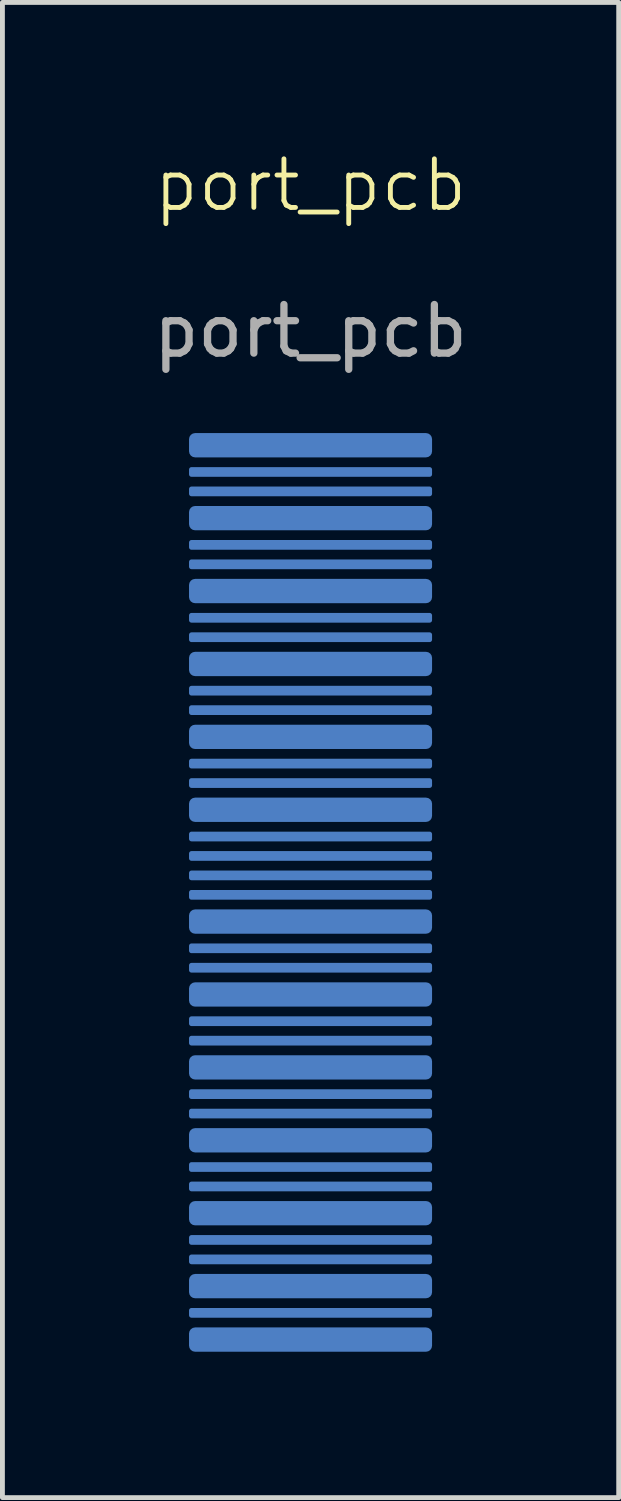
<source format=kicad_pcb>
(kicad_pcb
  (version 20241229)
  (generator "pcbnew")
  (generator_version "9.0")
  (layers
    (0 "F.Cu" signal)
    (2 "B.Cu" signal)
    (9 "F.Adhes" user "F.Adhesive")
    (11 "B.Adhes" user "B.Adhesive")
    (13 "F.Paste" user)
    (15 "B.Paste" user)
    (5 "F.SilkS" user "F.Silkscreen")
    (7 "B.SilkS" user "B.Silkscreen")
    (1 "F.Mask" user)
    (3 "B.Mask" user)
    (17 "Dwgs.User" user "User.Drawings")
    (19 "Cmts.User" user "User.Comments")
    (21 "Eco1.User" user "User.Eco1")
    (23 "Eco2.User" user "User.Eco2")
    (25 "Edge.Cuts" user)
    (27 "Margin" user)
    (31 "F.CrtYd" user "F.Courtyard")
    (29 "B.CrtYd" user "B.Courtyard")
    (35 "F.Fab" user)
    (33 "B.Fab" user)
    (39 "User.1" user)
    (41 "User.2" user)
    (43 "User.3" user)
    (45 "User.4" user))
  (footprint "port_pcb"
    (layer "F.Cu")
    (at 3.339 1.26)
    (property "Reference" "port_pcb" (at 0 -0.5 0) (unlocked yes) (layer "F.SilkS") (effects (font (size 1 1) (thickness 0.1))))
    (attr smd)
    (fp_text user "${REFERENCE}" (at 0 2.5 0) (unlocked yes) (layer "F.Fab") (effects (font (size 1 1) (thickness 0.15))))
    (pad "1" smd roundrect (at 0 4.85) (size 5 0.5) (layers "B.Cu" "B.Mask" "B.Paste") (roundrect_rratio 0.25))
    (pad "2" smd roundrect (at 0 5.4) (size 5 0.2) (layers "B.Cu" "B.Mask" "B.Paste") (roundrect_rratio 0.25))
    (pad "3" smd roundrect (at 0 5.8) (size 5 0.2) (layers "B.Cu" "B.Mask" "B.Paste") (roundrect_rratio 0.25))
    (pad "4" smd roundrect (at 0 6.35) (size 5 0.5) (layers "B.Cu" "B.Mask" "B.Paste") (roundrect_rratio 0.25))
    (pad "5" smd roundrect (at 0 6.9) (size 5 0.2) (layers "B.Cu" "B.Mask" "B.Paste") (roundrect_rratio 0.25))
    (pad "6" smd roundrect (at 0 7.3) (size 5 0.2) (layers "B.Cu" "B.Mask" "B.Paste") (roundrect_rratio 0.25))
    (pad "7" smd roundrect (at 0 7.85) (size 5 0.5) (layers "B.Cu" "B.Mask" "B.Paste") (roundrect_rratio 0.25))
    (pad "8" smd roundrect (at 0 8.4) (size 5 0.2) (layers "B.Cu" "B.Mask" "B.Paste") (roundrect_rratio 0.25))
    (pad "9" smd roundrect (at 0 8.8) (size 5 0.2) (layers "B.Cu" "B.Mask" "B.Paste") (roundrect_rratio 0.25))
    (pad "10" smd roundrect (at 0 9.35) (size 5 0.5) (layers "B.Cu" "B.Mask" "B.Paste") (roundrect_rratio 0.25))
    (pad "11" smd roundrect (at 0 9.9) (size 5 0.2) (layers "B.Cu" "B.Mask" "B.Paste") (roundrect_rratio 0.25))
    (pad "12" smd roundrect (at 0 10.3) (size 5 0.2) (layers "B.Cu" "B.Mask" "B.Paste") (roundrect_rratio 0.25))
    (pad "13" smd roundrect (at 0 10.85) (size 5 0.5) (layers "B.Cu" "B.Mask" "B.Paste") (roundrect_rratio 0.25))
    (pad "14" smd roundrect (at 0 11.4) (size 5 0.2) (layers "B.Cu" "B.Mask" "B.Paste") (roundrect_rratio 0.25))
    (pad "15" smd roundrect (at 0 11.8) (size 5 0.2) (layers "B.Cu" "B.Mask" "B.Paste") (roundrect_rratio 0.25))
    (pad "16" smd roundrect (at 0 12.35) (size 5 0.5) (layers "B.Cu" "B.Mask" "B.Paste") (roundrect_rratio 0.25))
    (pad "17" smd roundrect (at 0 12.9) (size 5 0.2) (layers "B.Cu" "B.Mask" "B.Paste") (roundrect_rratio 0.25))
    (pad "18" smd roundrect (at 0 13.3) (size 5 0.2) (layers "B.Cu" "B.Mask" "B.Paste") (roundrect_rratio 0.25))
    (pad "19" smd roundrect (at 0 13.7) (size 5 0.2) (layers "B.Cu" "B.Mask" "B.Paste") (roundrect_rratio 0.25))
    (pad "20" smd roundrect (at 0 14.1) (size 5 0.2) (layers "B.Cu" "B.Mask" "B.Paste") (roundrect_rratio 0.25))
    (pad "21" smd roundrect (at 0 14.65) (size 5 0.5) (layers "B.Cu" "B.Mask" "B.Paste") (roundrect_rratio 0.25))
    (pad "22" smd roundrect (at 0 15.2) (size 5 0.2) (layers "B.Cu" "B.Mask" "B.Paste") (roundrect_rratio 0.25))
    (pad "23" smd roundrect (at 0 15.6) (size 5 0.2) (layers "B.Cu" "B.Mask" "B.Paste") (roundrect_rratio 0.25))
    (pad "24" smd roundrect (at 0 16.15) (size 5 0.5) (layers "B.Cu" "B.Mask" "B.Paste") (roundrect_rratio 0.25))
    (pad "25" smd roundrect (at 0 16.7) (size 5 0.2) (layers "B.Cu" "B.Mask" "B.Paste") (roundrect_rratio 0.25))
    (pad "26" smd roundrect (at 0 17.1) (size 5 0.2) (layers "B.Cu" "B.Mask" "B.Paste") (roundrect_rratio 0.25))
    (pad "27" smd roundrect (at 0 17.65) (size 5 0.5) (layers "B.Cu" "B.Mask" "B.Paste") (roundrect_rratio 0.25))
    (pad "28" smd roundrect (at 0 18.2) (size 5 0.2) (layers "B.Cu" "B.Mask" "B.Paste") (roundrect_rratio 0.25))
    (pad "29" smd roundrect (at 0 18.6) (size 5 0.2) (layers "B.Cu" "B.Mask" "B.Paste") (roundrect_rratio 0.25))
    (pad "30" smd roundrect (at 0 19.15) (size 5 0.5) (layers "B.Cu" "B.Mask" "B.Paste") (roundrect_rratio 0.25))
    (pad "31" smd roundrect (at 0 19.7) (size 5 0.2) (layers "B.Cu" "B.Mask" "B.Paste") (roundrect_rratio 0.25))
    (pad "32" smd roundrect (at 0 20.1) (size 5 0.2) (layers "B.Cu" "B.Mask" "B.Paste") (roundrect_rratio 0.25))
    (pad "33" smd roundrect (at 0 20.65) (size 5 0.5) (layers "B.Cu" "B.Mask" "B.Paste") (roundrect_rratio 0.25))
    (pad "34" smd roundrect (at 0 21.2) (size 5 0.2) (layers "B.Cu" "B.Mask" "B.Paste") (roundrect_rratio 0.25))
    (pad "35" smd roundrect (at 0 21.6) (size 5 0.2) (layers "B.Cu" "B.Mask" "B.Paste") (roundrect_rratio 0.25))
    (pad "36" smd roundrect (at 0 22.15) (size 5 0.5) (layers "B.Cu" "B.Mask" "B.Paste") (roundrect_rratio 0.25))
    (pad "37" smd roundrect (at 0 22.7) (size 5 0.2) (layers "B.Cu" "B.Mask" "B.Paste") (roundrect_rratio 0.25))
    (pad "38" smd roundrect (at 0 23.25) (size 5 0.5) (layers "B.Cu" "B.Mask" "B.Paste") (roundrect_rratio 0.25)))
  (gr_rect
    (start -3 -3)
    (end 9.679 27.761)
    (stroke (width 0.1) (type default))
    (fill no)
    (layer "Edge.Cuts")))
</source>
